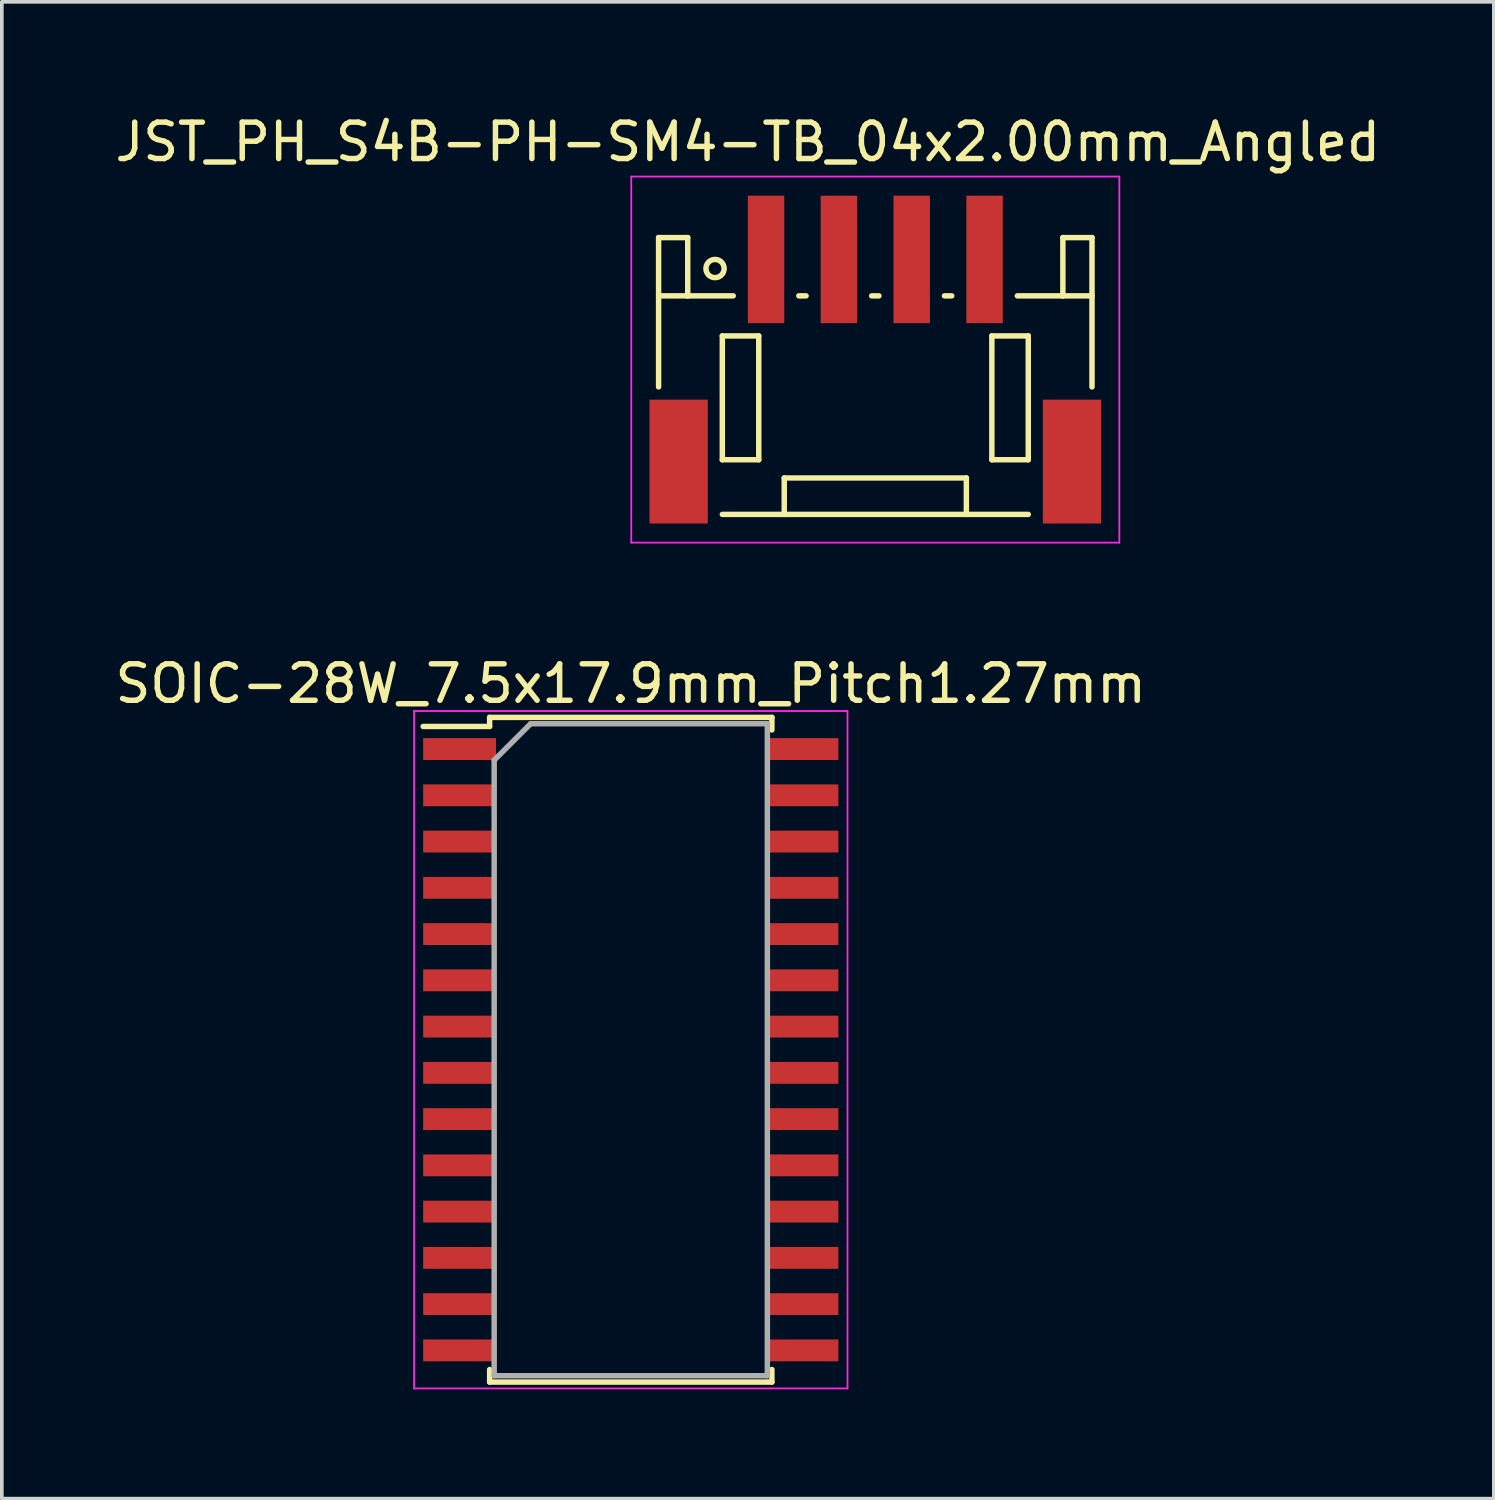
<source format=kicad_pcb>
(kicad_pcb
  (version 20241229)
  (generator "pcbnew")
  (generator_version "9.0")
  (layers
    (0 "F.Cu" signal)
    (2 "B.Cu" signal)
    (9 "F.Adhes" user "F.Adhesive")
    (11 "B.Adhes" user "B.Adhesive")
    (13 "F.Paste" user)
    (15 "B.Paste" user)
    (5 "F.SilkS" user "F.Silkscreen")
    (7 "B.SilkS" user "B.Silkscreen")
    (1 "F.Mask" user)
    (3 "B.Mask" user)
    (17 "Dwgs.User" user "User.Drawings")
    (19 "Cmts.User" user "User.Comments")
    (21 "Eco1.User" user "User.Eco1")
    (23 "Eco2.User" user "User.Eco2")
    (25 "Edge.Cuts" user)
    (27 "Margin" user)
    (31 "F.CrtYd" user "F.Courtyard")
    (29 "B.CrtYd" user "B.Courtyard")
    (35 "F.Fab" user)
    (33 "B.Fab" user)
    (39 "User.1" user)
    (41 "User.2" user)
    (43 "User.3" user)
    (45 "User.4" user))
  (footprint "JST_PH_S4B-PH-SM4-TB_04x2.00mm_Angled"
    (layer "F.Cu")
    (at 20.982 6.848)
    (property "Reference" "JST_PH_S4B-PH-SM4-TB_04x2.00mm_Angled" (at -3.5 -6 0) (layer "F.SilkS") (effects (font (size 1 1) (thickness 0.15))))
    (attr smd)
    (fp_line (start -5.95 -3.375) (end -5.95 0.725) (stroke (width 0.15) (type solid)) (layer "F.SilkS"))
    (fp_line (start -5.15 -3.375) (end -5.95 -3.375) (stroke (width 0.15) (type solid)) (layer "F.SilkS"))
    (fp_line (start -5.15 -1.775) (end -5.95 -1.775) (stroke (width 0.15) (type solid)) (layer "F.SilkS"))
    (fp_line (start -5.15 -1.775) (end -5.15 -3.375) (stroke (width 0.15) (type solid)) (layer "F.SilkS"))
    (fp_line (start -4.2 -0.675) (end -4.2 2.725) (stroke (width 0.15) (type solid)) (layer "F.SilkS"))
    (fp_line (start -4.2 2.725) (end -3.2 2.725) (stroke (width 0.15) (type solid)) (layer "F.SilkS"))
    (fp_line (start -4.2 4.225) (end 4.2 4.225) (stroke (width 0.15) (type solid)) (layer "F.SilkS"))
    (fp_line (start -3.9 -1.775) (end -5.15 -1.775) (stroke (width 0.15) (type solid)) (layer "F.SilkS"))
    (fp_line (start -3.2 -0.675) (end -4.2 -0.675) (stroke (width 0.15) (type solid)) (layer "F.SilkS"))
    (fp_line (start -3.2 2.725) (end -3.2 -0.675) (stroke (width 0.15) (type solid)) (layer "F.SilkS"))
    (fp_line (start -2.5 3.225) (end 2.5 3.225) (stroke (width 0.15) (type solid)) (layer "F.SilkS"))
    (fp_line (start -2.5 4.225) (end -2.5 3.225) (stroke (width 0.15) (type solid)) (layer "F.SilkS"))
    (fp_line (start -2.1 -1.775) (end -1.9 -1.775) (stroke (width 0.15) (type solid)) (layer "F.SilkS"))
    (fp_line (start -0.1 -1.775) (end 0.1 -1.775) (stroke (width 0.15) (type solid)) (layer "F.SilkS"))
    (fp_line (start 1.9 -1.775) (end 2.1 -1.775) (stroke (width 0.15) (type solid)) (layer "F.SilkS"))
    (fp_line (start 2.5 3.225) (end 2.5 4.225) (stroke (width 0.15) (type solid)) (layer "F.SilkS"))
    (fp_line (start 3.2 -0.675) (end 4.2 -0.675) (stroke (width 0.15) (type solid)) (layer "F.SilkS"))
    (fp_line (start 3.2 2.725) (end 3.2 -0.675) (stroke (width 0.15) (type solid)) (layer "F.SilkS"))
    (fp_line (start 3.9 -1.775) (end 5.15 -1.775) (stroke (width 0.15) (type solid)) (layer "F.SilkS"))
    (fp_line (start 4.2 -0.675) (end 4.2 2.725) (stroke (width 0.15) (type solid)) (layer "F.SilkS"))
    (fp_line (start 4.2 2.725) (end 3.2 2.725) (stroke (width 0.15) (type solid)) (layer "F.SilkS"))
    (fp_line (start 5.15 -3.375) (end 5.95 -3.375) (stroke (width 0.15) (type solid)) (layer "F.SilkS"))
    (fp_line (start 5.15 -1.775) (end 5.15 -3.375) (stroke (width 0.15) (type solid)) (layer "F.SilkS"))
    (fp_line (start 5.15 -1.775) (end 5.95 -1.775) (stroke (width 0.15) (type solid)) (layer "F.SilkS"))
    (fp_line (start 5.95 -3.375) (end 5.95 0.725) (stroke (width 0.15) (type solid)) (layer "F.SilkS"))
    (fp_circle (center -4.4 -2.525) (end -4.15 -2.525) (stroke (width 0.15) (type solid)) (fill no) (layer "F.SilkS"))
    (fp_line (start -6.7 -5.05) (end 6.7 -5.05) (stroke (width 0.05) (type solid)) (layer "F.CrtYd"))
    (fp_line (start -6.7 5) (end -6.7 -5.05) (stroke (width 0.05) (type solid)) (layer "F.CrtYd"))
    (fp_line (start 6.7 -5.05) (end 6.7 5) (stroke (width 0.05) (type solid)) (layer "F.CrtYd"))
    (fp_line (start 6.7 5) (end -6.7 5) (stroke (width 0.05) (type solid)) (layer "F.CrtYd"))
    (pad "" smd rect (at -5.4 2.775) (size 1.6 3.4) (layers "F.Cu" "F.Mask" "F.Paste"))
    (pad "" smd rect (at 5.4 2.775) (size 1.6 3.4) (layers "F.Cu" "F.Mask" "F.Paste"))
    (pad "1" smd rect (at -3 -2.775) (size 1 3.5) (layers "F.Cu" "F.Mask" "F.Paste"))
    (pad "2" smd rect (at -1 -2.775) (size 1 3.5) (layers "F.Cu" "F.Mask" "F.Paste"))
    (pad "3" smd rect (at 1 -2.775) (size 1 3.5) (layers "F.Cu" "F.Mask" "F.Paste"))
    (pad "4" smd rect (at 3 -2.775) (size 1 3.5) (layers "F.Cu" "F.Mask" "F.Paste")))
  (footprint "SOIC-28W_7.5x17.9mm_Pitch1.27mm"
    (layer "F.Cu")
    (at 14.268 25.771)
    (property "Reference" "SOIC-28W_7.5x17.9mm_Pitch1.27mm" (at 0 -10.05 0) (layer "F.SilkS") (effects (font (size 1 1) (thickness 0.15))))
    (attr smd)
    (fp_line (start -3.875 -9.125) (end -3.875 -8.875) (stroke (width 0.15) (type solid)) (layer "F.SilkS"))
    (fp_line (start -3.875 -9.125) (end 3.875 -9.125) (stroke (width 0.15) (type solid)) (layer "F.SilkS"))
    (fp_line (start -3.875 -8.875) (end -5.7 -8.875) (stroke (width 0.15) (type solid)) (layer "F.SilkS"))
    (fp_line (start -3.875 9.125) (end -3.875 8.78) (stroke (width 0.15) (type solid)) (layer "F.SilkS"))
    (fp_line (start -3.875 9.125) (end 3.875 9.125) (stroke (width 0.15) (type solid)) (layer "F.SilkS"))
    (fp_line (start 3.875 -9.125) (end 3.875 -8.78) (stroke (width 0.15) (type solid)) (layer "F.SilkS"))
    (fp_line (start 3.875 9.125) (end 3.875 8.78) (stroke (width 0.15) (type solid)) (layer "F.SilkS"))
    (fp_line (start -5.95 -9.3) (end -5.95 9.3) (stroke (width 0.05) (type solid)) (layer "F.CrtYd"))
    (fp_line (start -5.95 -9.3) (end 5.95 -9.3) (stroke (width 0.05) (type solid)) (layer "F.CrtYd"))
    (fp_line (start -5.95 9.3) (end 5.95 9.3) (stroke (width 0.05) (type solid)) (layer "F.CrtYd"))
    (fp_line (start 5.95 -9.3) (end 5.95 9.3) (stroke (width 0.05) (type solid)) (layer "F.CrtYd"))
    (fp_line (start -3.75 -7.95) (end -2.75 -8.95) (stroke (width 0.15) (type solid)) (layer "F.Fab"))
    (fp_line (start -3.75 8.95) (end -3.75 -7.95) (stroke (width 0.15) (type solid)) (layer "F.Fab"))
    (fp_line (start -2.75 -8.95) (end 3.75 -8.95) (stroke (width 0.15) (type solid)) (layer "F.Fab"))
    (fp_line (start 3.75 -8.95) (end 3.75 8.95) (stroke (width 0.15) (type solid)) (layer "F.Fab"))
    (fp_line (start 3.75 8.95) (end -3.75 8.95) (stroke (width 0.15) (type solid)) (layer "F.Fab"))
    (pad "1" smd rect (at -4.7 -8.255) (size 2 0.6) (layers "F.Cu" "F.Mask" "F.Paste"))
    (pad "2" smd rect (at -4.7 -6.985) (size 2 0.6) (layers "F.Cu" "F.Mask" "F.Paste"))
    (pad "3" smd rect (at -4.7 -5.715) (size 2 0.6) (layers "F.Cu" "F.Mask" "F.Paste"))
    (pad "4" smd rect (at -4.7 -4.445) (size 2 0.6) (layers "F.Cu" "F.Mask" "F.Paste"))
    (pad "5" smd rect (at -4.7 -3.175) (size 2 0.6) (layers "F.Cu" "F.Mask" "F.Paste"))
    (pad "6" smd rect (at -4.7 -1.905) (size 2 0.6) (layers "F.Cu" "F.Mask" "F.Paste"))
    (pad "7" smd rect (at -4.7 -0.635) (size 2 0.6) (layers "F.Cu" "F.Mask" "F.Paste"))
    (pad "8" smd rect (at -4.7 0.635) (size 2 0.6) (layers "F.Cu" "F.Mask" "F.Paste"))
    (pad "9" smd rect (at -4.7 1.905) (size 2 0.6) (layers "F.Cu" "F.Mask" "F.Paste"))
    (pad "10" smd rect (at -4.7 3.175) (size 2 0.6) (layers "F.Cu" "F.Mask" "F.Paste"))
    (pad "11" smd rect (at -4.7 4.445) (size 2 0.6) (layers "F.Cu" "F.Mask" "F.Paste"))
    (pad "12" smd rect (at -4.7 5.715) (size 2 0.6) (layers "F.Cu" "F.Mask" "F.Paste"))
    (pad "13" smd rect (at -4.7 6.985) (size 2 0.6) (layers "F.Cu" "F.Mask" "F.Paste"))
    (pad "14" smd rect (at -4.7 8.255) (size 2 0.6) (layers "F.Cu" "F.Mask" "F.Paste"))
    (pad "15" smd rect (at 4.7 8.255) (size 2 0.6) (layers "F.Cu" "F.Mask" "F.Paste"))
    (pad "16" smd rect (at 4.7 6.985) (size 2 0.6) (layers "F.Cu" "F.Mask" "F.Paste"))
    (pad "17" smd rect (at 4.7 5.715) (size 2 0.6) (layers "F.Cu" "F.Mask" "F.Paste"))
    (pad "18" smd rect (at 4.7 4.445) (size 2 0.6) (layers "F.Cu" "F.Mask" "F.Paste"))
    (pad "19" smd rect (at 4.7 3.175) (size 2 0.6) (layers "F.Cu" "F.Mask" "F.Paste"))
    (pad "20" smd rect (at 4.7 1.905) (size 2 0.6) (layers "F.Cu" "F.Mask" "F.Paste"))
    (pad "21" smd rect (at 4.7 0.635) (size 2 0.6) (layers "F.Cu" "F.Mask" "F.Paste"))
    (pad "22" smd rect (at 4.7 -0.635) (size 2 0.6) (layers "F.Cu" "F.Mask" "F.Paste"))
    (pad "23" smd rect (at 4.7 -1.905) (size 2 0.6) (layers "F.Cu" "F.Mask" "F.Paste"))
    (pad "24" smd rect (at 4.7 -3.175) (size 2 0.6) (layers "F.Cu" "F.Mask" "F.Paste"))
    (pad "25" smd rect (at 4.7 -4.445) (size 2 0.6) (layers "F.Cu" "F.Mask" "F.Paste"))
    (pad "26" smd rect (at 4.7 -5.715) (size 2 0.6) (layers "F.Cu" "F.Mask" "F.Paste"))
    (pad "27" smd rect (at 4.7 -6.985) (size 2 0.6) (layers "F.Cu" "F.Mask" "F.Paste"))
    (pad "28" smd rect (at 4.7 -8.255) (size 2 0.6) (layers "F.Cu" "F.Mask" "F.Paste")))
  (gr_rect
    (start -3 -3)
    (end 37.964 38.096)
    (stroke (width 0.1) (type default))
    (fill no)
    (layer "Edge.Cuts")))
</source>
